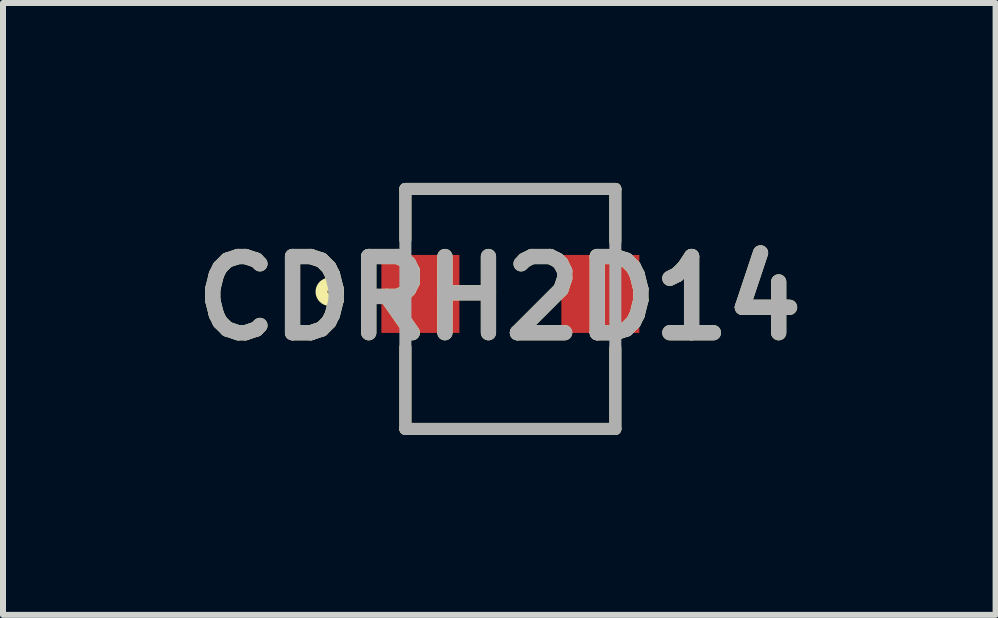
<source format=kicad_pcb>
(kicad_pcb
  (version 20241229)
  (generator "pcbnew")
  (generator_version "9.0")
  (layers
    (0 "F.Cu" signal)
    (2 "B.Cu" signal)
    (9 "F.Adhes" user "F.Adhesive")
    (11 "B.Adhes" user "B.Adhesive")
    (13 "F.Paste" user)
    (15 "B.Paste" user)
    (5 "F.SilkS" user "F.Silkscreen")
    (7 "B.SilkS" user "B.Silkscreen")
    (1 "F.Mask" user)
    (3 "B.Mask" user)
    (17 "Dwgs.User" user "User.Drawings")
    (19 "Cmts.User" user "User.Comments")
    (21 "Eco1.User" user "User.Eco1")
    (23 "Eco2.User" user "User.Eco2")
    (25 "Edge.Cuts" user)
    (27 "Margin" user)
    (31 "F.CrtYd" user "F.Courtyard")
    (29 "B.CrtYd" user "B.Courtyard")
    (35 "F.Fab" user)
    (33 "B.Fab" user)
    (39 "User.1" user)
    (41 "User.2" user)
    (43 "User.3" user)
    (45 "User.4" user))
  (footprint "CDRH2D14"
    (layer "F.Cu")
    (at 5.458 1.85)
    (property "Reference" "CDRH2D14" (at -0.184 0.072 0) (layer "F.SilkS") (effects (font (size 1.27 1.27) (thickness 0.254))))
    (attr smd)
    (fp_line (start -1.75 -1.75) (end -1.75 -0.9) (stroke (width 0.2) (type solid)) (layer "F.SilkS"))
    (fp_line (start -1.75 -1.75) (end 1.75 -1.75) (stroke (width 0.2) (type solid)) (layer "F.SilkS"))
    (fp_line (start -1.75 2.25) (end -1.75 0.891) (stroke (width 0.2) (type solid)) (layer "F.SilkS"))
    (fp_line (start -1.75 2.25) (end 1.75 2.25) (stroke (width 0.2) (type solid)) (layer "F.SilkS"))
    (fp_line (start 1.75 -1.75) (end 1.75 -0.875) (stroke (width 0.2) (type solid)) (layer "F.SilkS"))
    (fp_line (start 1.75 2.25) (end 1.75 0.904) (stroke (width 0.2) (type solid)) (layer "F.SilkS"))
    (fp_circle (center -3.012 -0.036) (end -3.012 0.1) (stroke (width 0.2) (type solid)) (fill no) (layer "F.SilkS"))
    (fp_line (start -1.75 -1.75) (end 1.75 -1.75) (stroke (width 0.2) (type solid)) (layer "F.Fab"))
    (fp_line (start -1.75 2.25) (end -1.75 -1.75) (stroke (width 0.2) (type solid)) (layer "F.Fab"))
    (fp_line (start 1.75 -1.75) (end 1.75 2.25) (stroke (width 0.2) (type solid)) (layer "F.Fab"))
    (fp_line (start 1.75 2.25) (end -1.75 2.25) (stroke (width 0.2) (type solid)) (layer "F.Fab"))
    (fp_text user "${REFERENCE}" (at -0.184 0.072 0) (layer "F.Fab") (effects (font (size 1.27 1.27) (thickness 0.254))))
    (pad "1" smd rect (at -1.5 0 90) (size 1.3 1.3) (layers "F.Cu" "F.Mask" "F.Paste"))
    (pad "2" smd rect (at 1.5 0 90) (size 1.3 1.3) (layers "F.Cu" "F.Mask" "F.Paste")))
  (gr_rect
    (start -3 -3)
    (end 13.547 7.2)
    (stroke (width 0.1) (type default))
    (fill no)
    (layer "Edge.Cuts")))
</source>
